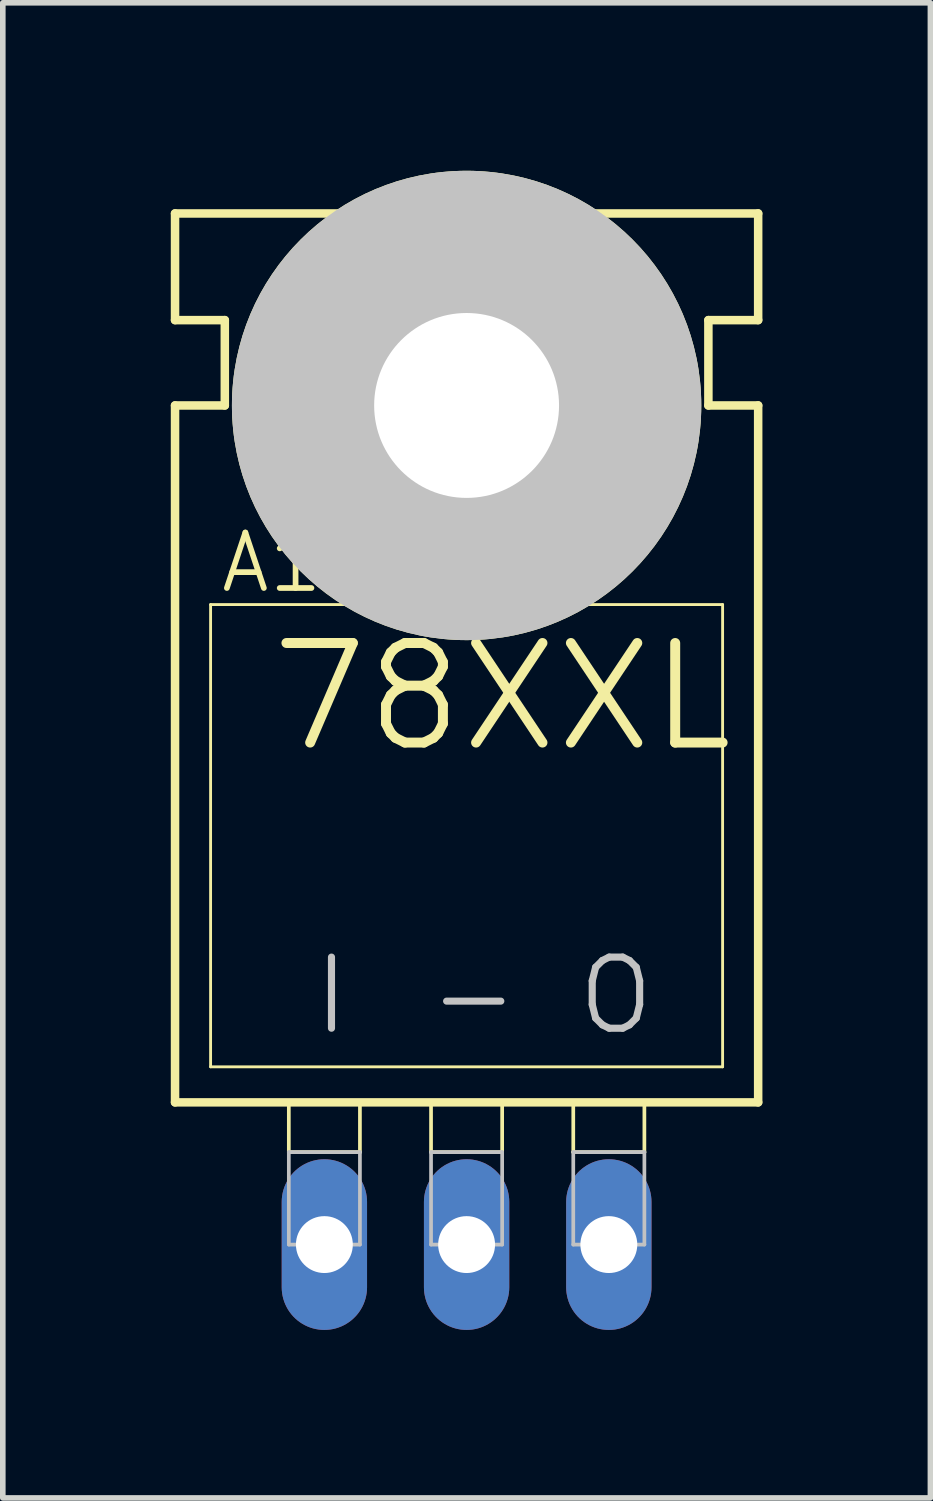
<source format=kicad_pcb>
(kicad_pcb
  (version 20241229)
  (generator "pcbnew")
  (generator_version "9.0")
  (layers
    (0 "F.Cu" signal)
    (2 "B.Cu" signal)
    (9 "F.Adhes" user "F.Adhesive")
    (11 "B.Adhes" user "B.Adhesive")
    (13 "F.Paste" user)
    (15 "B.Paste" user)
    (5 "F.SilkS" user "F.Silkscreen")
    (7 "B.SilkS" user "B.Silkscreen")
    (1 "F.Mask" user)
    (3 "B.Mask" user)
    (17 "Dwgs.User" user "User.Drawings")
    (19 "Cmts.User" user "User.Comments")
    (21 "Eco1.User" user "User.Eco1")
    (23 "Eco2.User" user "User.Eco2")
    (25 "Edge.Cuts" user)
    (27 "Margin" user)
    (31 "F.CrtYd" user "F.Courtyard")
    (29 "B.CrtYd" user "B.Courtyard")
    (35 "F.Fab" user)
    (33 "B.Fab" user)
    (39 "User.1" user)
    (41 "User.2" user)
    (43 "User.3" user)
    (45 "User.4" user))
  (footprint "78XXL"
    (layer "F.Cu")
    (at 5.283 15.367)
    (property "Reference" "78XXL" (at 0.635 -5.969 0) (layer "F.SilkS") (effects (font (size 1.778 1.778) (thickness 0.178))))
    (attr exclude_from_pos_files exclude_from_bom)
    (fp_line (start -5.207 -12.7) (end -5.207 -14.605) (stroke (width 0.152) (type solid)) (layer "F.SilkS"))
    (fp_line (start -5.207 -11.176) (end -4.318 -11.176) (stroke (width 0.152) (type solid)) (layer "F.SilkS"))
    (fp_line (start -5.207 1.27) (end -5.207 -11.176) (stroke (width 0.152) (type solid)) (layer "F.SilkS"))
    (fp_line (start -5.207 1.27) (end 5.207 1.27) (stroke (width 0.152) (type solid)) (layer "F.SilkS"))
    (fp_line (start -4.572 0.635) (end -4.572 -7.62) (stroke (width 0.051) (type solid)) (layer "F.SilkS"))
    (fp_line (start -4.572 0.635) (end 4.572 0.635) (stroke (width 0.051) (type solid)) (layer "F.SilkS"))
    (fp_line (start -4.318 -12.7) (end -5.207 -12.7) (stroke (width 0.152) (type solid)) (layer "F.SilkS"))
    (fp_line (start -4.318 -11.176) (end -4.318 -12.7) (stroke (width 0.152) (type solid)) (layer "F.SilkS"))
    (fp_line (start -3.175 1.27) (end -1.905 1.27) (stroke (width 0.066) (type solid)) (layer "F.SilkS"))
    (fp_line (start -3.175 2.159) (end -3.175 1.27) (stroke (width 0.066) (type solid)) (layer "F.SilkS"))
    (fp_line (start -3.175 2.159) (end -1.905 2.159) (stroke (width 0.066) (type solid)) (layer "F.SilkS"))
    (fp_line (start -1.905 2.159) (end -1.905 1.27) (stroke (width 0.066) (type solid)) (layer "F.SilkS"))
    (fp_line (start -0.635 1.27) (end 0.635 1.27) (stroke (width 0.066) (type solid)) (layer "F.SilkS"))
    (fp_line (start -0.635 2.159) (end -0.635 1.27) (stroke (width 0.066) (type solid)) (layer "F.SilkS"))
    (fp_line (start -0.635 2.159) (end 0.635 2.159) (stroke (width 0.066) (type solid)) (layer "F.SilkS"))
    (fp_line (start 0.635 2.159) (end 0.635 1.27) (stroke (width 0.066) (type solid)) (layer "F.SilkS"))
    (fp_line (start 1.905 1.27) (end 3.175 1.27) (stroke (width 0.066) (type solid)) (layer "F.SilkS"))
    (fp_line (start 1.905 2.159) (end 1.905 1.27) (stroke (width 0.066) (type solid)) (layer "F.SilkS"))
    (fp_line (start 1.905 2.159) (end 3.175 2.159) (stroke (width 0.066) (type solid)) (layer "F.SilkS"))
    (fp_line (start 3.175 2.159) (end 3.175 1.27) (stroke (width 0.066) (type solid)) (layer "F.SilkS"))
    (fp_line (start 4.318 -12.7) (end 5.207 -12.7) (stroke (width 0.152) (type solid)) (layer "F.SilkS"))
    (fp_line (start 4.318 -11.176) (end 4.318 -12.7) (stroke (width 0.152) (type solid)) (layer "F.SilkS"))
    (fp_line (start 4.572 -7.62) (end -4.572 -7.62) (stroke (width 0.051) (type solid)) (layer "F.SilkS"))
    (fp_line (start 4.572 -7.62) (end 4.572 0.635) (stroke (width 0.051) (type solid)) (layer "F.SilkS"))
    (fp_line (start 5.207 -14.605) (end -5.207 -14.605) (stroke (width 0.152) (type solid)) (layer "F.SilkS"))
    (fp_line (start 5.207 -12.7) (end 5.207 -14.605) (stroke (width 0.152) (type solid)) (layer "F.SilkS"))
    (fp_line (start 5.207 -11.176) (end 4.318 -11.176) (stroke (width 0.152) (type solid)) (layer "F.SilkS"))
    (fp_line (start 5.207 1.27) (end 5.207 -11.176) (stroke (width 0.152) (type solid)) (layer "F.SilkS"))
    (fp_circle (center 0 -11.176) (end 0 -15.367) (stroke (width 0) (type solid)) (fill yes) (layer "F.SilkS"))
    (fp_circle (center 0 -11.176) (end 0 -12.977) (stroke (width 0.152) (type solid)) (fill no) (layer "F.SilkS"))
    (fp_line (start -3.175 2.159) (end -1.905 2.159) (stroke (width 0.066) (type solid)) (layer "Dwgs.User"))
    (fp_line (start -3.175 3.81) (end -3.175 2.159) (stroke (width 0.066) (type solid)) (layer "Dwgs.User"))
    (fp_line (start -3.175 3.81) (end -1.905 3.81) (stroke (width 0.066) (type solid)) (layer "Dwgs.User"))
    (fp_line (start -1.905 3.81) (end -1.905 2.159) (stroke (width 0.066) (type solid)) (layer "Dwgs.User"))
    (fp_line (start -0.635 2.159) (end 0.635 2.159) (stroke (width 0.066) (type solid)) (layer "Dwgs.User"))
    (fp_line (start -0.635 3.81) (end -0.635 2.159) (stroke (width 0.066) (type solid)) (layer "Dwgs.User"))
    (fp_line (start -0.635 3.81) (end 0.635 3.81) (stroke (width 0.066) (type solid)) (layer "Dwgs.User"))
    (fp_line (start 0.635 3.81) (end 0.635 2.159) (stroke (width 0.066) (type solid)) (layer "Dwgs.User"))
    (fp_line (start 1.905 2.159) (end 3.175 2.159) (stroke (width 0.066) (type solid)) (layer "Dwgs.User"))
    (fp_line (start 1.905 3.81) (end 1.905 2.159) (stroke (width 0.066) (type solid)) (layer "Dwgs.User"))
    (fp_line (start 1.905 3.81) (end 3.175 3.81) (stroke (width 0.066) (type solid)) (layer "Dwgs.User"))
    (fp_line (start 3.175 3.81) (end 3.175 2.159) (stroke (width 0.066) (type solid)) (layer "Dwgs.User"))
    (fp_circle (center 0 -11.176) (end 0 -15.367) (stroke (width 0) (type solid)) (fill yes) (layer "Dwgs.User"))
    (fp_text user "A15,2mm" (at -0.978 -8.369 0) (layer "F.SilkS") (effects (font (size 0.991 0.991) (thickness 0.102))))
    (fp_text user "-" (at 0.127 -0.635 0) (layer "Dwgs.User") (effects (font (size 1.27 1.27) (thickness 0.127))))
    (fp_text user "I" (at -2.413 -0.635 0) (layer "Dwgs.User") (effects (font (size 1.27 1.27) (thickness 0.127))))
    (fp_text user "O" (at 2.667 -0.635 0) (layer "Dwgs.User") (effects (font (size 1.27 1.27) (thickness 0.127))))
    (pad "" np_thru_hole circle (at 0 -11.176) (size 3.302 3.302) (drill 3.302) (layers "*.Cu" "*.Mask"))
    (pad "GND" thru_hole oval (at 0 3.81 180) (size 1.524 3.048) (drill 1.016) (layers "*.Cu" "*.Paste" "*.Mask"))
    (pad "IN" thru_hole oval (at -2.54 3.81 180) (size 1.524 3.048) (drill 1.016) (layers "*.Cu" "*.Paste" "*.Mask"))
    (pad "OUT" thru_hole oval (at 2.54 3.81 180) (size 1.524 3.048) (drill 1.016) (layers "*.Cu" "*.Paste" "*.Mask")))
  (gr_rect
    (start -3 -3)
    (end 13.566 23.701)
    (stroke (width 0.1) (type default))
    (fill no)
    (layer "Edge.Cuts")))
</source>
